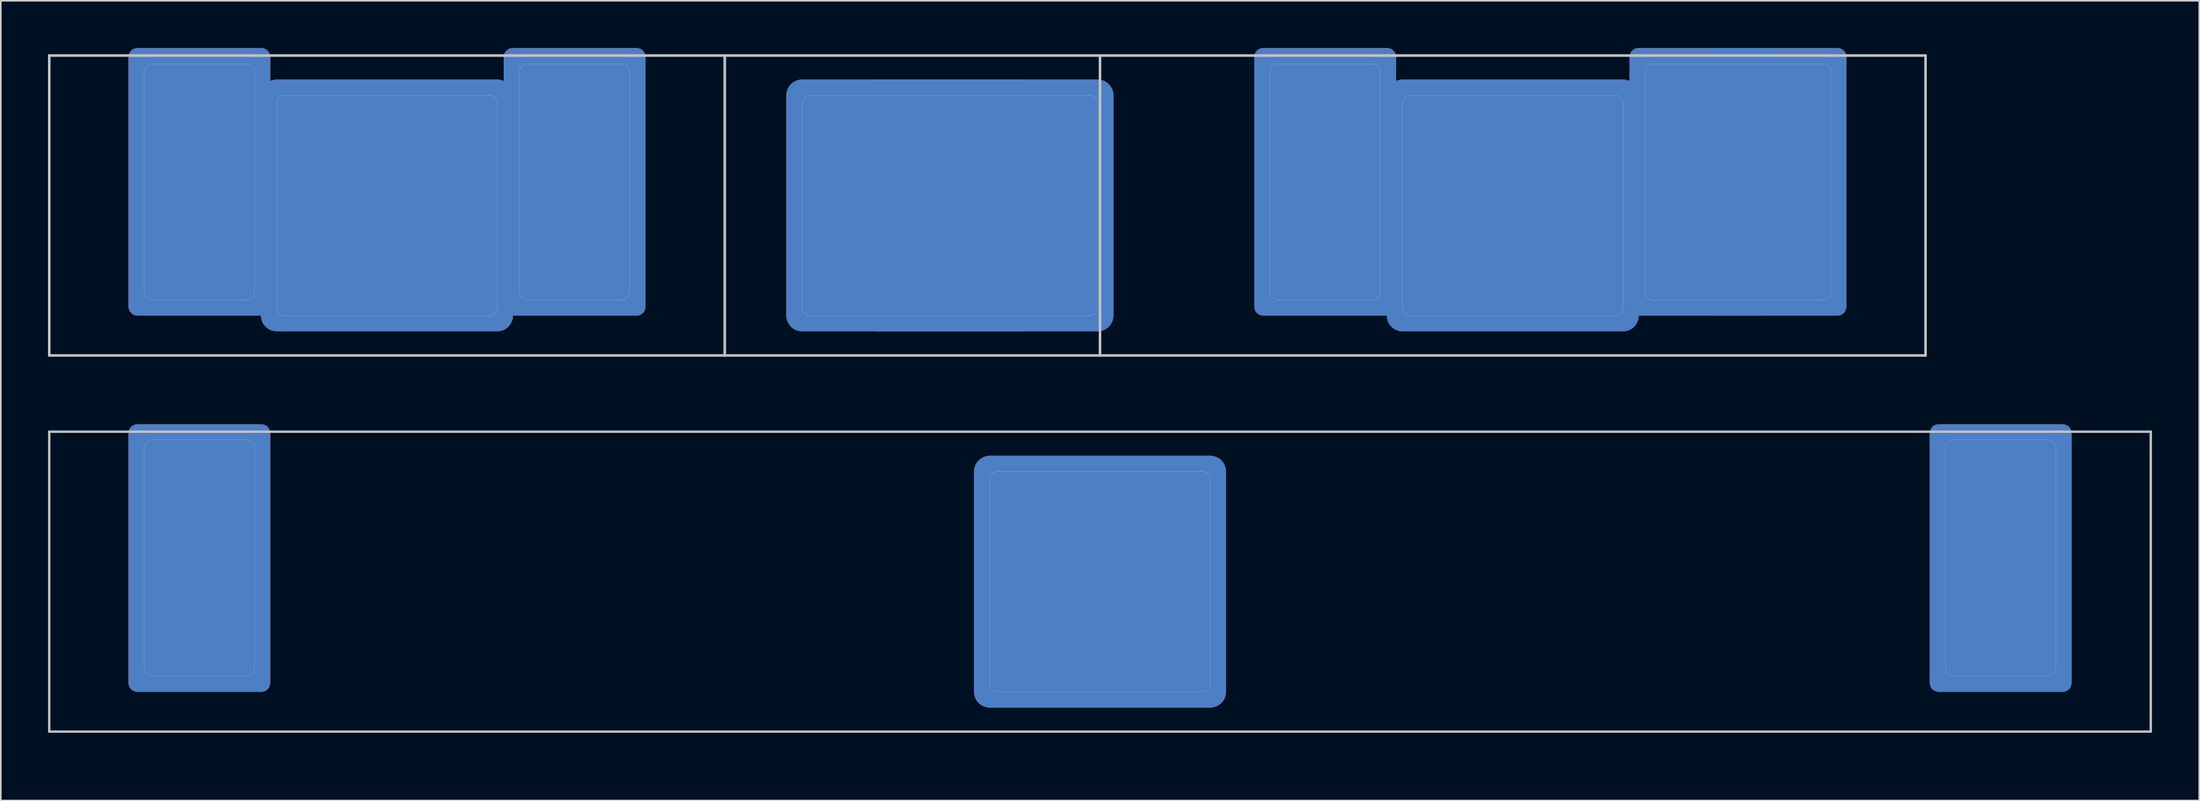
<source format=kicad_pcb>
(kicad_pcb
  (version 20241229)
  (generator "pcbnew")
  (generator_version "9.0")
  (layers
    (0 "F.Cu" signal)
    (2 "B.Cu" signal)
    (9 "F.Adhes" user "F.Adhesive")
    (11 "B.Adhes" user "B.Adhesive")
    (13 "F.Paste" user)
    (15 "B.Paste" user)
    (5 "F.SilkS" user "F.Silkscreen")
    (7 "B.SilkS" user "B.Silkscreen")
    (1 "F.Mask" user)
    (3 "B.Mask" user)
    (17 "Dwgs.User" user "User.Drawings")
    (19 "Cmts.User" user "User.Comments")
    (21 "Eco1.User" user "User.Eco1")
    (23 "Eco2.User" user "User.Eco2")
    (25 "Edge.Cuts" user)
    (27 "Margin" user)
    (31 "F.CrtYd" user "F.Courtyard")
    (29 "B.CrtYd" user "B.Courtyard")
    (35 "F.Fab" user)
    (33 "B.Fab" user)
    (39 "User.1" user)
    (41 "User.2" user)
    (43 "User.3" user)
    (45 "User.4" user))
  (footprint "MX_Cutout_7u"
    (layer "F.Cu")
    (at 66.75 33.898)
    (property "Reference" "MX_Cutout_7u" (at 0.25 10.05 0) (layer "Eco2.User") (effects (font (size 1 1) (thickness 0.15))))
    (fp_line (start -66.675 -9.525) (end -66.675 9.525) (stroke (width 0.15) (type solid)) (layer "Dwgs.User"))
    (fp_line (start -66.675 -9.525) (end 66.675 -9.525) (stroke (width 0.15) (type solid)) (layer "Dwgs.User"))
    (fp_line (start -66.675 9.525) (end 66.675 9.525) (stroke (width 0.15) (type solid)) (layer "Dwgs.User"))
    (fp_line (start 66.675 -9.525) (end 66.675 9.525) (stroke (width 0.15) (type solid)) (layer "Dwgs.User"))
    (fp_line (start -60.65 5.5) (end -60.65 -8.5) (stroke (width 0.01) (type solid)) (layer "Edge.Cuts"))
    (fp_line (start -60.15 -9) (end -54.15 -9) (stroke (width 0.01) (type solid)) (layer "Edge.Cuts"))
    (fp_line (start -54.15 6) (end -60.15 6) (stroke (width 0.01) (type solid)) (layer "Edge.Cuts"))
    (fp_line (start -53.65 -8.5) (end -53.65 5.5) (stroke (width 0.01) (type solid)) (layer "Edge.Cuts"))
    (fp_line (start -7 6.5) (end -7 -6.5) (stroke (width 0.01) (type solid)) (layer "Edge.Cuts"))
    (fp_line (start -6.5 -7) (end 6.5 -7) (stroke (width 0.01) (type solid)) (layer "Edge.Cuts"))
    (fp_line (start 6.5 7) (end -6.5 7) (stroke (width 0.01) (type solid)) (layer "Edge.Cuts"))
    (fp_line (start 7 -6.5) (end 7 6.5) (stroke (width 0.01) (type solid)) (layer "Edge.Cuts"))
    (fp_line (start 53.65 5.5) (end 53.65 -8.5) (stroke (width 0.01) (type solid)) (layer "Edge.Cuts"))
    (fp_line (start 54.15 -9) (end 60.15 -9) (stroke (width 0.01) (type solid)) (layer "Edge.Cuts"))
    (fp_line (start 60.15 6) (end 54.15 6) (stroke (width 0.01) (type solid)) (layer "Edge.Cuts"))
    (fp_line (start 60.65 -8.5) (end 60.65 5.5) (stroke (width 0.01) (type solid)) (layer "Edge.Cuts"))
    (fp_arc (start -60.65 -8.5) (mid -60.503553 -8.853553) (end -60.15 -9) (stroke (width 0.01) (type solid)) (layer "Edge.Cuts"))
    (fp_arc (start -60.15 6) (mid -60.503553 5.853553) (end -60.65 5.5) (stroke (width 0.01) (type solid)) (layer "Edge.Cuts"))
    (fp_arc (start -54.149999 -9.000001) (mid -53.796446 -8.853554) (end -53.65 -8.5) (stroke (width 0.01) (type solid)) (layer "Edge.Cuts"))
    (fp_arc (start -53.649999 5.500001) (mid -53.796446 5.853554) (end -54.15 6) (stroke (width 0.01) (type solid)) (layer "Edge.Cuts"))
    (fp_arc (start -7 -6.5) (mid -6.853553 -6.853553) (end -6.5 -7) (stroke (width 0.01) (type solid)) (layer "Edge.Cuts"))
    (fp_arc (start -6.5 7) (mid -6.853553 6.853553) (end -7 6.5) (stroke (width 0.01) (type solid)) (layer "Edge.Cuts"))
    (fp_arc (start 6.5 -7) (mid 6.853553 -6.853553) (end 7 -6.5) (stroke (width 0.01) (type solid)) (layer "Edge.Cuts"))
    (fp_arc (start 7 6.5) (mid 6.853553 6.853553) (end 6.5 7) (stroke (width 0.01) (type solid)) (layer "Edge.Cuts"))
    (fp_arc (start 53.65 -8.5) (mid 53.796447 -8.853553) (end 54.15 -9) (stroke (width 0.01) (type solid)) (layer "Edge.Cuts"))
    (fp_arc (start 54.149999 6.000001) (mid 53.796446 5.853554) (end 53.65 5.5) (stroke (width 0.01) (type solid)) (layer "Edge.Cuts"))
    (fp_arc (start 60.150001 -9.000001) (mid 60.503554 -8.853554) (end 60.65 -8.5) (stroke (width 0.01) (type solid)) (layer "Edge.Cuts"))
    (fp_arc (start 60.650001 5.500001) (mid 60.503554 5.853554) (end 60.15 6) (stroke (width 0.01) (type solid)) (layer "Edge.Cuts"))
    (pad "1" smd roundrect (at -57.15 -1.5 180) (size 9 17) (layers "F.Cu" "F.Mask") (roundrect_rratio 0.063))
    (pad "1" smd roundrect (at -57.15 -1.5 180) (size 9 17) (layers "B.Cu" "B.Mask") (roundrect_rratio 0.063))
    (pad "1" smd roundrect (at 0 0 180) (size 16 16) (layers "F.Cu" "F.Mask") (roundrect_rratio 0.063))
    (pad "1" smd roundrect (at 0 0 180) (size 16 16) (layers "B.Cu" "B.Mask") (roundrect_rratio 0.063))
    (pad "1" smd roundrect (at 57.15 -1.5 180) (size 9 17) (layers "F.Cu" "F.Mask") (roundrect_rratio 0.063))
    (pad "1" smd roundrect (at 57.15 -1.5 180) (size 9 17) (layers "B.Cu" "B.Mask") (roundrect_rratio 0.063)))
  (footprint "MX_Cutout_6.25u_2.25u-1.25u-2.75u"
    (layer "F.Cu")
    (at 59.606 10)
    (property "Reference" "MX_Cutout_6.25u_2.25u-1.25u-2.75u" (at 0.25 10.05 0) (layer "Eco2.User") (effects (font (size 1 1) (thickness 0.15))))
    (fp_line (start -59.531 -9.525) (end -59.531 9.525) (stroke (width 0.15) (type solid)) (layer "Dwgs.User"))
    (fp_line (start -59.531 -9.525) (end 59.531 -9.525) (stroke (width 0.15) (type solid)) (layer "Dwgs.User"))
    (fp_line (start -59.531 9.525) (end -59.531 -9.525) (stroke (width 0.15) (type solid)) (layer "Dwgs.User"))
    (fp_line (start -59.531 9.525) (end 59.531 9.525) (stroke (width 0.15) (type solid)) (layer "Dwgs.User"))
    (fp_line (start -16.669 -9.525) (end -59.531 -9.525) (stroke (width 0.15) (type solid)) (layer "Dwgs.User"))
    (fp_line (start -16.669 -9.525) (end 7.144 -9.525) (stroke (width 0.15) (type solid)) (layer "Dwgs.User"))
    (fp_line (start -16.669 9.525) (end -59.531 9.525) (stroke (width 0.15) (type solid)) (layer "Dwgs.User"))
    (fp_line (start -16.669 9.525) (end -16.669 -9.525) (stroke (width 0.15) (type solid)) (layer "Dwgs.User"))
    (fp_line (start -16.669 9.525) (end -16.669 -9.525) (stroke (width 0.15) (type solid)) (layer "Dwgs.User"))
    (fp_line (start 7.144 -9.525) (end 7.144 9.525) (stroke (width 0.15) (type solid)) (layer "Dwgs.User"))
    (fp_line (start 7.144 9.525) (end -16.669 9.525) (stroke (width 0.15) (type solid)) (layer "Dwgs.User"))
    (fp_line (start 7.144 9.525) (end 7.144 -9.525) (stroke (width 0.15) (type solid)) (layer "Dwgs.User"))
    (fp_line (start 59.531 -9.525) (end 7.144 -9.525) (stroke (width 0.15) (type solid)) (layer "Dwgs.User"))
    (fp_line (start 59.531 -9.525) (end 59.531 9.525) (stroke (width 0.15) (type solid)) (layer "Dwgs.User"))
    (fp_line (start 59.531 9.525) (end 7.144 9.525) (stroke (width 0.15) (type solid)) (layer "Dwgs.User"))
    (fp_line (start 59.531 9.525) (end 59.531 -9.525) (stroke (width 0.15) (type solid)) (layer "Dwgs.User"))
    (fp_line (start -53.506 5.5) (end -53.506 -8.5) (stroke (width 0.01) (type solid)) (layer "Edge.Cuts"))
    (fp_line (start -53.006 -9) (end -47.006 -9) (stroke (width 0.01) (type solid)) (layer "Edge.Cuts"))
    (fp_line (start -47.006 6) (end -53.006 6) (stroke (width 0.01) (type solid)) (layer "Edge.Cuts"))
    (fp_line (start -46.506 -8.5) (end -46.506 5.5) (stroke (width 0.01) (type solid)) (layer "Edge.Cuts"))
    (fp_line (start -45.1 6.5) (end -45.1 -6.5) (stroke (width 0.01) (type solid)) (layer "Edge.Cuts"))
    (fp_line (start -44.6 -7) (end -31.6 -7) (stroke (width 0.01) (type solid)) (layer "Edge.Cuts"))
    (fp_line (start -31.6 7) (end -44.6 7) (stroke (width 0.01) (type solid)) (layer "Edge.Cuts"))
    (fp_line (start -31.1 -6.5) (end -31.1 6.5) (stroke (width 0.01) (type solid)) (layer "Edge.Cuts"))
    (fp_line (start -29.694 5.5) (end -29.694 -8.5) (stroke (width 0.01) (type solid)) (layer "Edge.Cuts"))
    (fp_line (start -29.194 -9) (end -23.194 -9) (stroke (width 0.01) (type solid)) (layer "Edge.Cuts"))
    (fp_line (start -23.194 6) (end -29.194 6) (stroke (width 0.01) (type solid)) (layer "Edge.Cuts"))
    (fp_line (start -22.694 -8.5) (end -22.694 5.5) (stroke (width 0.01) (type solid)) (layer "Edge.Cuts"))
    (fp_line (start -11.762 -6.5) (end -11.762 6.5) (stroke (width 0.01) (type solid)) (layer "Edge.Cuts"))
    (fp_line (start -11.262 7) (end 6.5 7) (stroke (width 0.01) (type solid)) (layer "Edge.Cuts"))
    (fp_line (start 6.5 -7) (end -11.262 -7) (stroke (width 0.01) (type solid)) (layer "Edge.Cuts"))
    (fp_line (start 7 -6.5) (end 7 6.5) (stroke (width 0.01) (type solid)) (layer "Edge.Cuts"))
    (fp_line (start 17.931 5.5) (end 17.931 -8.5) (stroke (width 0.01) (type solid)) (layer "Edge.Cuts"))
    (fp_line (start 18.431 -9) (end 24.431 -9) (stroke (width 0.01) (type solid)) (layer "Edge.Cuts"))
    (fp_line (start 24.431 6) (end 18.431 6) (stroke (width 0.01) (type solid)) (layer "Edge.Cuts"))
    (fp_line (start 24.931 -8.5) (end 24.931 5.5) (stroke (width 0.01) (type solid)) (layer "Edge.Cuts"))
    (fp_line (start 26.337 6.5) (end 26.337 -6.5) (stroke (width 0.01) (type solid)) (layer "Edge.Cuts"))
    (fp_line (start 26.837 -7) (end 39.837 -7) (stroke (width 0.01) (type solid)) (layer "Edge.Cuts"))
    (fp_line (start 39.837 7) (end 26.837 7) (stroke (width 0.01) (type solid)) (layer "Edge.Cuts"))
    (fp_line (start 40.337 -6.5) (end 40.337 6.5) (stroke (width 0.01) (type solid)) (layer "Edge.Cuts"))
    (fp_line (start 41.744 5.5) (end 41.744 -8.5) (stroke (width 0.01) (type solid)) (layer "Edge.Cuts"))
    (fp_line (start 42.244 -9) (end 53.006 -9) (stroke (width 0.01) (type solid)) (layer "Edge.Cuts"))
    (fp_line (start 53.006 6) (end 42.244 6) (stroke (width 0.01) (type solid)) (layer "Edge.Cuts"))
    (fp_line (start 53.506 -8.5) (end 53.506 5.5) (stroke (width 0.01) (type solid)) (layer "Edge.Cuts"))
    (fp_arc (start -53.50625 -8.5) (mid -53.359803 -8.853553) (end -53.00625 -9) (stroke (width 0.01) (type solid)) (layer "Edge.Cuts"))
    (fp_arc (start -53.006251 6.000001) (mid -53.359804 5.853554) (end -53.50625 5.5) (stroke (width 0.01) (type solid)) (layer "Edge.Cuts"))
    (fp_arc (start -47.00625 -9) (mid -46.652697 -8.853553) (end -46.50625 -8.5) (stroke (width 0.01) (type solid)) (layer "Edge.Cuts"))
    (fp_arc (start -46.50625 5.5) (mid -46.652697 5.853553) (end -47.00625 6) (stroke (width 0.01) (type solid)) (layer "Edge.Cuts"))
    (fp_arc (start -45.1 -6.5) (mid -44.953553 -6.853553) (end -44.6 -7) (stroke (width 0.01) (type solid)) (layer "Edge.Cuts"))
    (fp_arc (start -44.6 7) (mid -44.953553 6.853553) (end -45.1 6.5) (stroke (width 0.01) (type solid)) (layer "Edge.Cuts"))
    (fp_arc (start -31.6 -7) (mid -31.246447 -6.853553) (end -31.1 -6.5) (stroke (width 0.01) (type solid)) (layer "Edge.Cuts"))
    (fp_arc (start -31.1 6.5) (mid -31.246447 6.853553) (end -31.6 7) (stroke (width 0.01) (type solid)) (layer "Edge.Cuts"))
    (fp_arc (start -29.693751 -8.500001) (mid -29.547304 -8.853554) (end -29.19375 -9) (stroke (width 0.01) (type solid)) (layer "Edge.Cuts"))
    (fp_arc (start -29.193751 6.000001) (mid -29.547304 5.853554) (end -29.69375 5.5) (stroke (width 0.01) (type solid)) (layer "Edge.Cuts"))
    (fp_arc (start -23.19375 -9) (mid -22.840197 -8.853553) (end -22.69375 -8.5) (stroke (width 0.01) (type solid)) (layer "Edge.Cuts"))
    (fp_arc (start -22.693749 5.500001) (mid -22.840196 5.853554) (end -23.19375 6) (stroke (width 0.01) (type solid)) (layer "Edge.Cuts"))
    (fp_arc (start -11.7625 -6.5) (mid -11.616053 -6.853553) (end -11.2625 -7) (stroke (width 0.01) (type solid)) (layer "Edge.Cuts"))
    (fp_arc (start -11.2625 7) (mid -11.616053 6.853553) (end -11.7625 6.5) (stroke (width 0.01) (type solid)) (layer "Edge.Cuts"))
    (fp_arc (start 6.5 -7) (mid 6.853553 -6.853553) (end 7 -6.5) (stroke (width 0.01) (type solid)) (layer "Edge.Cuts"))
    (fp_arc (start 7 6.5) (mid 6.853553 6.853553) (end 6.5 7) (stroke (width 0.01) (type solid)) (layer "Edge.Cuts"))
    (fp_arc (start 17.93125 -8.5) (mid 18.077697 -8.853553) (end 18.43125 -9) (stroke (width 0.01) (type solid)) (layer "Edge.Cuts"))
    (fp_arc (start 18.43125 6) (mid 18.077697 5.853553) (end 17.93125 5.5) (stroke (width 0.01) (type solid)) (layer "Edge.Cuts"))
    (fp_arc (start 24.43125 -9) (mid 24.784803 -8.853553) (end 24.93125 -8.5) (stroke (width 0.01) (type solid)) (layer "Edge.Cuts"))
    (fp_arc (start 24.93125 5.5) (mid 24.784803 5.853553) (end 24.43125 6) (stroke (width 0.01) (type solid)) (layer "Edge.Cuts"))
    (fp_arc (start 26.3375 -6.5) (mid 26.483947 -6.853553) (end 26.8375 -7) (stroke (width 0.01) (type solid)) (layer "Edge.Cuts"))
    (fp_arc (start 26.8375 7) (mid 26.483947 6.853553) (end 26.3375 6.5) (stroke (width 0.01) (type solid)) (layer "Edge.Cuts"))
    (fp_arc (start 39.8375 -7) (mid 40.191053 -6.853553) (end 40.3375 -6.5) (stroke (width 0.01) (type solid)) (layer "Edge.Cuts"))
    (fp_arc (start 40.3375 6.5) (mid 40.191053 6.853553) (end 39.8375 7) (stroke (width 0.01) (type solid)) (layer "Edge.Cuts"))
    (fp_arc (start 41.743749 -8.500001) (mid 41.890196 -8.853554) (end 42.24375 -9) (stroke (width 0.01) (type solid)) (layer "Edge.Cuts"))
    (fp_arc (start 42.243749 6.000001) (mid 41.890196 5.853554) (end 41.74375 5.5) (stroke (width 0.01) (type solid)) (layer "Edge.Cuts"))
    (fp_arc (start 53.006251 -9.000001) (mid 53.359804 -8.853554) (end 53.50625 -8.5) (stroke (width 0.01) (type solid)) (layer "Edge.Cuts"))
    (fp_arc (start 53.506251 5.500001) (mid 53.359804 5.853554) (end 53.00625 6) (stroke (width 0.01) (type solid)) (layer "Edge.Cuts"))
    (pad "1" smd roundrect (at -50.006 -1.5) (size 9 17) (layers "F.Cu" "F.Mask") (roundrect_rratio 0.063))
    (pad "1" smd roundrect (at -50.006 -1.5) (size 9 17) (layers "B.Cu" "B.Mask") (roundrect_rratio 0.063))
    (pad "1" smd roundrect (at -38.1 0) (size 16 16) (layers "F.Cu" "F.Mask") (roundrect_rratio 0.063))
    (pad "1" smd roundrect (at -38.1 0) (size 16 16) (layers "B.Cu" "B.Mask") (roundrect_rratio 0.063))
    (pad "1" smd roundrect (at -26.194 -1.5) (size 9 17) (layers "F.Cu" "F.Mask") (roundrect_rratio 0.063))
    (pad "1" smd roundrect (at -26.194 -1.5) (size 9 17) (layers "B.Cu" "B.Mask") (roundrect_rratio 0.063))
    (pad "1" smd roundrect (at -4.763 0 180) (size 16 16) (layers "F.Cu" "F.Mask") (roundrect_rratio 0.063))
    (pad "1" smd roundrect (at -4.763 0 180) (size 16 16) (layers "B.Cu" "B.Mask") (roundrect_rratio 0.063))
    (pad "1" smd roundrect (at 0 0 180) (size 16 16) (layers "F.Cu" "F.Mask") (roundrect_rratio 0.063))
    (pad "1" smd roundrect (at 0 0 180) (size 16 16) (layers "B.Cu" "B.Mask") (roundrect_rratio 0.063))
    (pad "1" smd roundrect (at 21.431 -1.5) (size 9 17) (layers "F.Cu" "F.Mask") (roundrect_rratio 0.063))
    (pad "1" smd roundrect (at 21.431 -1.5) (size 9 17) (layers "B.Cu" "B.Mask") (roundrect_rratio 0.063))
    (pad "1" smd roundrect (at 33.337 0) (size 16 16) (layers "F.Cu" "F.Mask") (roundrect_rratio 0.063))
    (pad "1" smd roundrect (at 33.337 0) (size 16 16) (layers "B.Cu" "B.Mask") (roundrect_rratio 0.063))
    (pad "1" smd roundrect (at 45.244 -1.5) (size 9 17) (layers "F.Cu" "F.Mask") (roundrect_rratio 0.063))
    (pad "1" smd roundrect (at 45.244 -1.5) (size 9 17) (layers "B.Cu" "B.Mask") (roundrect_rratio 0.063))
    (pad "1" smd roundrect (at 50.006 -1.5 180) (size 9 17) (layers "F.Cu" "F.Mask") (roundrect_rratio 0.063))
    (pad "1" smd roundrect (at 50.006 -1.5 180) (size 9 17) (layers "B.Cu" "B.Mask") (roundrect_rratio 0.063)))
  (gr_rect
    (start -3 -3)
    (end 136.5 47.797)
    (stroke (width 0.1) (type default))
    (fill no)
    (layer "Edge.Cuts")))
</source>
